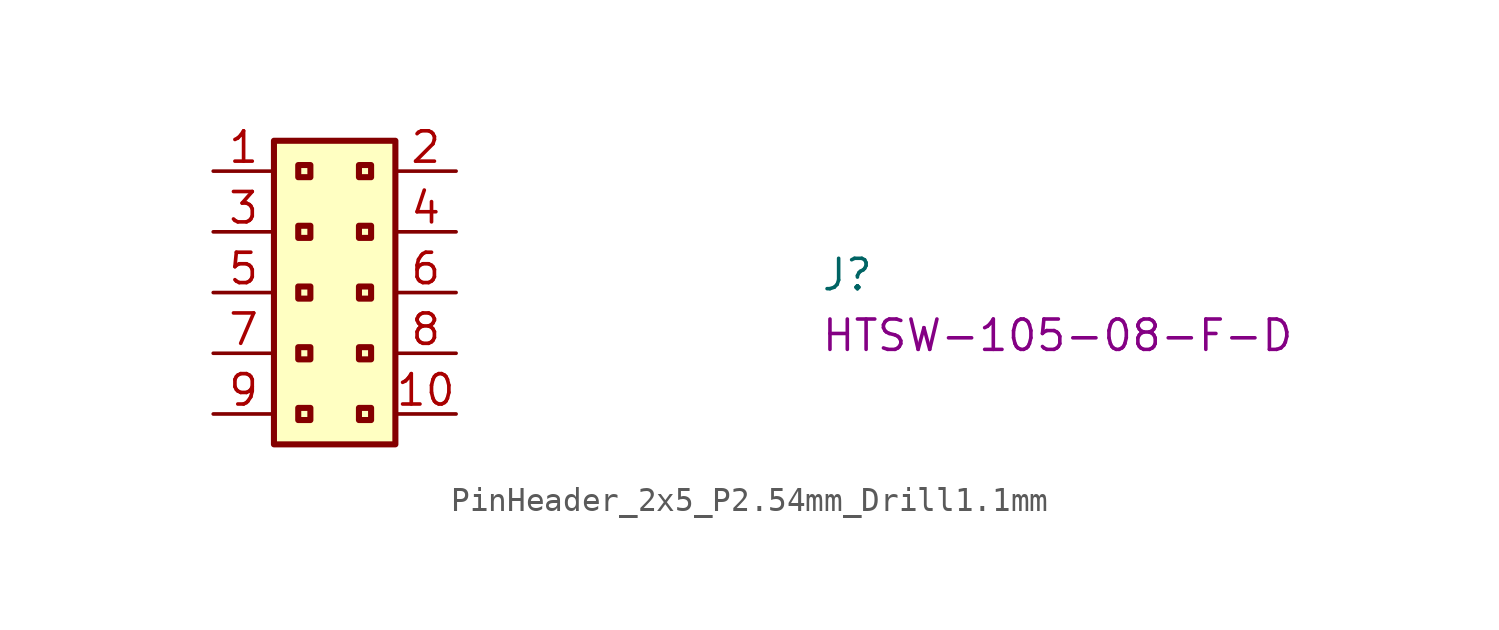
<source format=kicad_sym>
(kicad_symbol_lib
  (version 20220914)
  (generator kicad_symbol_editor)
  (symbol "PinHeader_2x5_P2.54mm_Drill1.1mm"
    (property "Reference" "J"
      (at 25.4 -5.08 0)
      (effects (font (size 1.27 1.27) (thickness 0.15)) (justify left bottom)))
    (property "MPN" "HTSW-105-08-F-D"
      (at 25.4 -7.62 0)
      (effects (font (size 1.27 1.27) (thickness 0.15)) (justify left bottom)))
    (symbol "PinHeader_2x5_P2.54mm_Drill1.1mm_1_1"
      (rectangle (start 2.54 1.27) (end 7.62 -11.43) (stroke (width 0.254) (type default)) (fill (type background)))
      (rectangle (start 3.556 -9.906) (end 4.064 -10.414) (stroke (width 0.254) (type default)) (fill (type background)))
      (rectangle (start 3.556 -7.366) (end 4.064 -7.874) (stroke (width 0.254) (type default)) (fill (type background)))
      (rectangle (start 3.556 -4.826) (end 4.064 -5.334) (stroke (width 0.254) (type default)) (fill (type background)))
      (rectangle (start 3.556 -2.286) (end 4.064 -2.794) (stroke (width 0.254) (type default)) (fill (type background)))
      (rectangle (start 3.556 0.254) (end 4.064 -0.254) (stroke (width 0.254) (type default)) (fill (type background)))
      (rectangle (start 6.096 -9.906) (end 6.604 -10.414) (stroke (width 0.254) (type default)) (fill (type background)))
      (rectangle (start 6.096 -7.366) (end 6.604 -7.874) (stroke (width 0.254) (type default)) (fill (type background)))
      (rectangle (start 6.096 -4.826) (end 6.604 -5.334) (stroke (width 0.254) (type default)) (fill (type background)))
      (rectangle (start 6.096 -2.286) (end 6.604 -2.794) (stroke (width 0.254) (type default)) (fill (type background)))
      (rectangle (start 6.096 0.254) (end 6.604 -0.254) (stroke (width 0.254) (type default)) (fill (type background)))
      (pin passive line (at 0 0 0) (length 2.54) (name "~" (effects (font (size 1.27 1.27)))) (number "1" (effects (font (size 1.27 1.27)))))
      (pin passive line (at 10.16 -10.16 180) (length 2.54) (name "~" (effects (font (size 1.27 1.27)))) (number "10" (effects (font (size 1.27 1.27)))))
      (pin passive line (at 10.16 0 180) (length 2.54) (name "~" (effects (font (size 1.27 1.27)))) (number "2" (effects (font (size 1.27 1.27)))))
      (pin passive line (at 0 -2.54 0) (length 2.54) (name "~" (effects (font (size 1.27 1.27)))) (number "3" (effects (font (size 1.27 1.27)))))
      (pin passive line (at 10.16 -2.54 180) (length 2.54) (name "~" (effects (font (size 1.27 1.27)))) (number "4" (effects (font (size 1.27 1.27)))))
      (pin passive line (at 0 -5.08 0) (length 2.54) (name "~" (effects (font (size 1.27 1.27)))) (number "5" (effects (font (size 1.27 1.27)))))
      (pin passive line (at 10.16 -5.08 180) (length 2.54) (name "~" (effects (font (size 1.27 1.27)))) (number "6" (effects (font (size 1.27 1.27)))))
      (pin passive line (at 0 -7.62 0) (length 2.54) (name "~" (effects (font (size 1.27 1.27)))) (number "7" (effects (font (size 1.27 1.27)))))
      (pin passive line (at 10.16 -7.62 180) (length 2.54) (name "~" (effects (font (size 1.27 1.27)))) (number "8" (effects (font (size 1.27 1.27)))))
      (pin passive line (at 0 -10.16 0) (length 2.54) (name "~" (effects (font (size 1.27 1.27)))) (number "9" (effects (font (size 1.27 1.27))))))))
</source>
